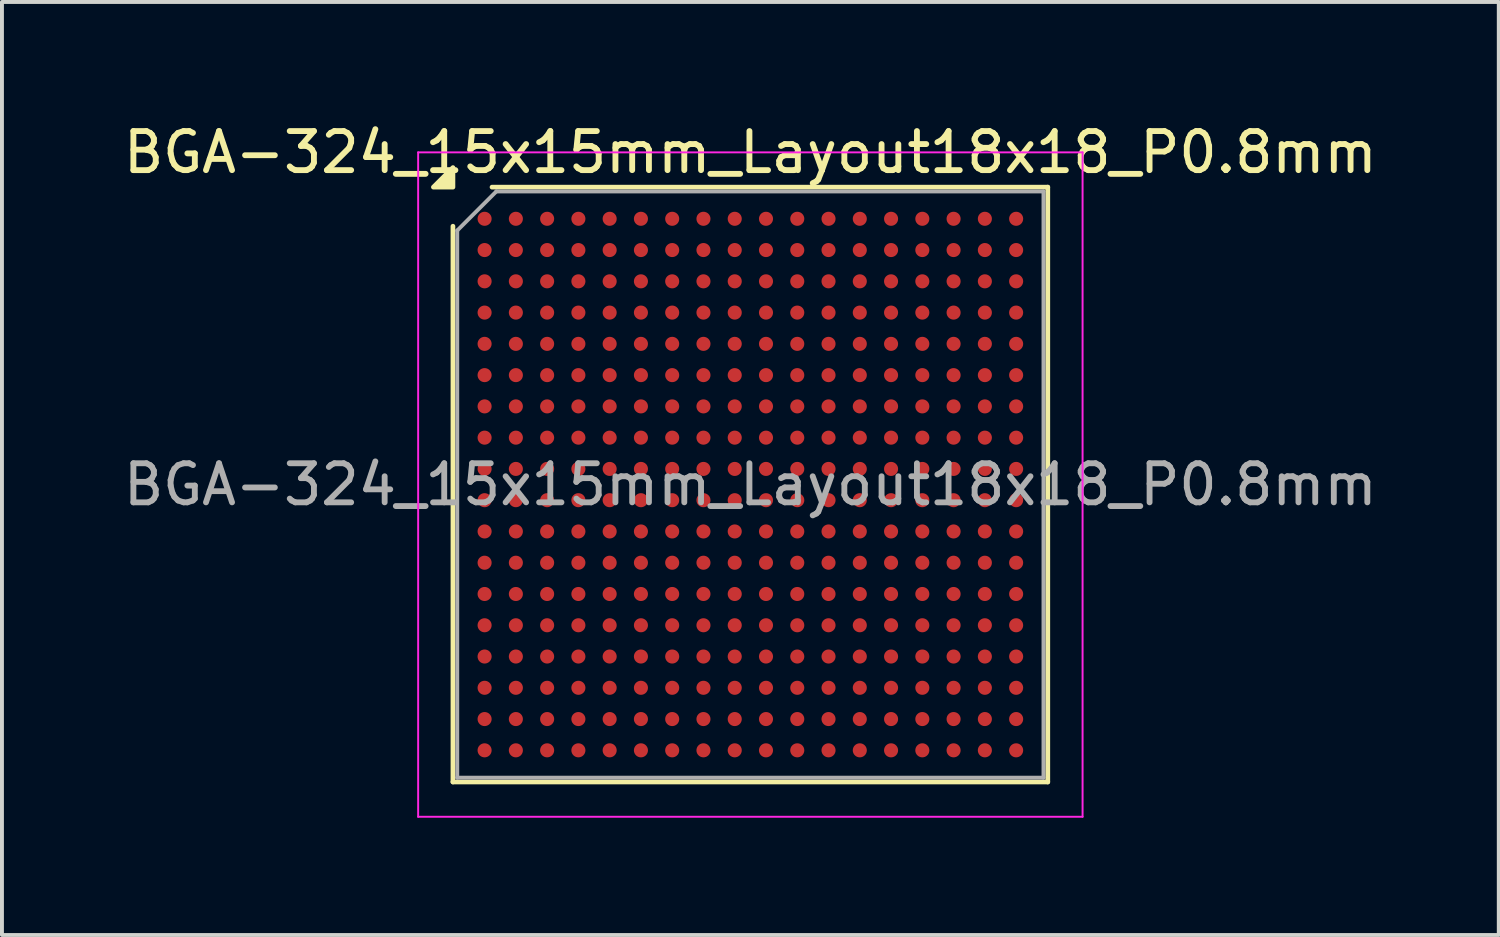
<source format=kicad_pcb>
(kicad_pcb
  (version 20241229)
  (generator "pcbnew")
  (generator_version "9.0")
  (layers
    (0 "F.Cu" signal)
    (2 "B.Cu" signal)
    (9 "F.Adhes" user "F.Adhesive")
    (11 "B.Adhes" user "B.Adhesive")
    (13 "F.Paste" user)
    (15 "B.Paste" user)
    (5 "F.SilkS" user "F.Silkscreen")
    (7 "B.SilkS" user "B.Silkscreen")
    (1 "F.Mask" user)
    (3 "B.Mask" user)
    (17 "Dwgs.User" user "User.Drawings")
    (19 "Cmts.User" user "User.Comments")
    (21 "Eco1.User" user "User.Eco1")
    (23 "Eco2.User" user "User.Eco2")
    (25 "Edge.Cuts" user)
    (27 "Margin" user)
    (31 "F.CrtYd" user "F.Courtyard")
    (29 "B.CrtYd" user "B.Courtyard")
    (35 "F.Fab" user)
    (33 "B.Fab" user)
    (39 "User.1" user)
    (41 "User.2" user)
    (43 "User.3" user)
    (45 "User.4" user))
  (footprint "BGA-324_15x15mm_Layout18x18_P0.8mm"
    (layer "F.Cu")
    (at 16.149 9.348)
    (property "Reference" "BGA-324_15x15mm_Layout18x18_P0.8mm" (at 0 -8.5 0) (layer "F.SilkS") (effects (font (size 1 1) (thickness 0.15))))
    (attr smd)
    (fp_line (start -7.61 7.61) (end -7.61 -6.61) (stroke (width 0.12) (type solid)) (layer "F.SilkS"))
    (fp_line (start -6.61 -7.61) (end 7.61 -7.61) (stroke (width 0.12) (type solid)) (layer "F.SilkS"))
    (fp_line (start 7.61 -7.61) (end 7.61 7.61) (stroke (width 0.12) (type solid)) (layer "F.SilkS"))
    (fp_line (start 7.61 7.61) (end -7.61 7.61) (stroke (width 0.12) (type solid)) (layer "F.SilkS"))
    (fp_poly (pts (xy -7.61 -7.61) (xy -8.11 -7.61) (xy -7.61 -8.11)) (stroke (width 0.12) (type solid)) (fill yes) (layer "F.SilkS"))
    (fp_line (start -8.5 -8.5) (end -8.5 8.5) (stroke (width 0.05) (type solid)) (layer "F.CrtYd"))
    (fp_line (start -8.5 8.5) (end 8.5 8.5) (stroke (width 0.05) (type solid)) (layer "F.CrtYd"))
    (fp_line (start 8.5 -8.5) (end -8.5 -8.5) (stroke (width 0.05) (type solid)) (layer "F.CrtYd"))
    (fp_line (start 8.5 8.5) (end 8.5 -8.5) (stroke (width 0.05) (type solid)) (layer "F.CrtYd"))
    (fp_line (start -7.5 -6.5) (end -6.5 -7.5) (stroke (width 0.1) (type solid)) (layer "F.Fab"))
    (fp_line (start -7.5 7.5) (end -7.5 -6.5) (stroke (width 0.1) (type solid)) (layer "F.Fab"))
    (fp_line (start -6.5 -7.5) (end 7.5 -7.5) (stroke (width 0.1) (type solid)) (layer "F.Fab"))
    (fp_line (start 7.5 -7.5) (end 7.5 7.5) (stroke (width 0.1) (type solid)) (layer "F.Fab"))
    (fp_line (start 7.5 7.5) (end -7.5 7.5) (stroke (width 0.1) (type solid)) (layer "F.Fab"))
    (fp_text user "${REFERENCE}" (at 0 0 0) (layer "F.Fab") (effects (font (size 1 1) (thickness 0.15))))
    (pad "A1" smd circle (at -6.8 -6.8) (size 0.36 0.36) (property pad_prop_bga) (layers "F.Cu" "F.Mask" "F.Paste"))
    (pad "A2" smd circle (at -6 -6.8) (size 0.36 0.36) (property pad_prop_bga) (layers "F.Cu" "F.Mask" "F.Paste"))
    (pad "A3" smd circle (at -5.2 -6.8) (size 0.36 0.36) (property pad_prop_bga) (layers "F.Cu" "F.Mask" "F.Paste"))
    (pad "A4" smd circle (at -4.4 -6.8) (size 0.36 0.36) (property pad_prop_bga) (layers "F.Cu" "F.Mask" "F.Paste"))
    (pad "A5" smd circle (at -3.6 -6.8) (size 0.36 0.36) (property pad_prop_bga) (layers "F.Cu" "F.Mask" "F.Paste"))
    (pad "A6" smd circle (at -2.8 -6.8) (size 0.36 0.36) (property pad_prop_bga) (layers "F.Cu" "F.Mask" "F.Paste"))
    (pad "A7" smd circle (at -2 -6.8) (size 0.36 0.36) (property pad_prop_bga) (layers "F.Cu" "F.Mask" "F.Paste"))
    (pad "A8" smd circle (at -1.2 -6.8) (size 0.36 0.36) (property pad_prop_bga) (layers "F.Cu" "F.Mask" "F.Paste"))
    (pad "A9" smd circle (at -0.4 -6.8) (size 0.36 0.36) (property pad_prop_bga) (layers "F.Cu" "F.Mask" "F.Paste"))
    (pad "A10" smd circle (at 0.4 -6.8) (size 0.36 0.36) (property pad_prop_bga) (layers "F.Cu" "F.Mask" "F.Paste"))
    (pad "A11" smd circle (at 1.2 -6.8) (size 0.36 0.36) (property pad_prop_bga) (layers "F.Cu" "F.Mask" "F.Paste"))
    (pad "A12" smd circle (at 2 -6.8) (size 0.36 0.36) (property pad_prop_bga) (layers "F.Cu" "F.Mask" "F.Paste"))
    (pad "A13" smd circle (at 2.8 -6.8) (size 0.36 0.36) (property pad_prop_bga) (layers "F.Cu" "F.Mask" "F.Paste"))
    (pad "A14" smd circle (at 3.6 -6.8) (size 0.36 0.36) (property pad_prop_bga) (layers "F.Cu" "F.Mask" "F.Paste"))
    (pad "A15" smd circle (at 4.4 -6.8) (size 0.36 0.36) (property pad_prop_bga) (layers "F.Cu" "F.Mask" "F.Paste"))
    (pad "A16" smd circle (at 5.2 -6.8) (size 0.36 0.36) (property pad_prop_bga) (layers "F.Cu" "F.Mask" "F.Paste"))
    (pad "A17" smd circle (at 6 -6.8) (size 0.36 0.36) (property pad_prop_bga) (layers "F.Cu" "F.Mask" "F.Paste"))
    (pad "A18" smd circle (at 6.8 -6.8) (size 0.36 0.36) (property pad_prop_bga) (layers "F.Cu" "F.Mask" "F.Paste"))
    (pad "B1" smd circle (at -6.8 -6) (size 0.36 0.36) (property pad_prop_bga) (layers "F.Cu" "F.Mask" "F.Paste"))
    (pad "B2" smd circle (at -6 -6) (size 0.36 0.36) (property pad_prop_bga) (layers "F.Cu" "F.Mask" "F.Paste"))
    (pad "B3" smd circle (at -5.2 -6) (size 0.36 0.36) (property pad_prop_bga) (layers "F.Cu" "F.Mask" "F.Paste"))
    (pad "B4" smd circle (at -4.4 -6) (size 0.36 0.36) (property pad_prop_bga) (layers "F.Cu" "F.Mask" "F.Paste"))
    (pad "B5" smd circle (at -3.6 -6) (size 0.36 0.36) (property pad_prop_bga) (layers "F.Cu" "F.Mask" "F.Paste"))
    (pad "B6" smd circle (at -2.8 -6) (size 0.36 0.36) (property pad_prop_bga) (layers "F.Cu" "F.Mask" "F.Paste"))
    (pad "B7" smd circle (at -2 -6) (size 0.36 0.36) (property pad_prop_bga) (layers "F.Cu" "F.Mask" "F.Paste"))
    (pad "B8" smd circle (at -1.2 -6) (size 0.36 0.36) (property pad_prop_bga) (layers "F.Cu" "F.Mask" "F.Paste"))
    (pad "B9" smd circle (at -0.4 -6) (size 0.36 0.36) (property pad_prop_bga) (layers "F.Cu" "F.Mask" "F.Paste"))
    (pad "B10" smd circle (at 0.4 -6) (size 0.36 0.36) (property pad_prop_bga) (layers "F.Cu" "F.Mask" "F.Paste"))
    (pad "B11" smd circle (at 1.2 -6) (size 0.36 0.36) (property pad_prop_bga) (layers "F.Cu" "F.Mask" "F.Paste"))
    (pad "B12" smd circle (at 2 -6) (size 0.36 0.36) (property pad_prop_bga) (layers "F.Cu" "F.Mask" "F.Paste"))
    (pad "B13" smd circle (at 2.8 -6) (size 0.36 0.36) (property pad_prop_bga) (layers "F.Cu" "F.Mask" "F.Paste"))
    (pad "B14" smd circle (at 3.6 -6) (size 0.36 0.36) (property pad_prop_bga) (layers "F.Cu" "F.Mask" "F.Paste"))
    (pad "B15" smd circle (at 4.4 -6) (size 0.36 0.36) (property pad_prop_bga) (layers "F.Cu" "F.Mask" "F.Paste"))
    (pad "B16" smd circle (at 5.2 -6) (size 0.36 0.36) (property pad_prop_bga) (layers "F.Cu" "F.Mask" "F.Paste"))
    (pad "B17" smd circle (at 6 -6) (size 0.36 0.36) (property pad_prop_bga) (layers "F.Cu" "F.Mask" "F.Paste"))
    (pad "B18" smd circle (at 6.8 -6) (size 0.36 0.36) (property pad_prop_bga) (layers "F.Cu" "F.Mask" "F.Paste"))
    (pad "C1" smd circle (at -6.8 -5.2) (size 0.36 0.36) (property pad_prop_bga) (layers "F.Cu" "F.Mask" "F.Paste"))
    (pad "C2" smd circle (at -6 -5.2) (size 0.36 0.36) (property pad_prop_bga) (layers "F.Cu" "F.Mask" "F.Paste"))
    (pad "C3" smd circle (at -5.2 -5.2) (size 0.36 0.36) (property pad_prop_bga) (layers "F.Cu" "F.Mask" "F.Paste"))
    (pad "C4" smd circle (at -4.4 -5.2) (size 0.36 0.36) (property pad_prop_bga) (layers "F.Cu" "F.Mask" "F.Paste"))
    (pad "C5" smd circle (at -3.6 -5.2) (size 0.36 0.36) (property pad_prop_bga) (layers "F.Cu" "F.Mask" "F.Paste"))
    (pad "C6" smd circle (at -2.8 -5.2) (size 0.36 0.36) (property pad_prop_bga) (layers "F.Cu" "F.Mask" "F.Paste"))
    (pad "C7" smd circle (at -2 -5.2) (size 0.36 0.36) (property pad_prop_bga) (layers "F.Cu" "F.Mask" "F.Paste"))
    (pad "C8" smd circle (at -1.2 -5.2) (size 0.36 0.36) (property pad_prop_bga) (layers "F.Cu" "F.Mask" "F.Paste"))
    (pad "C9" smd circle (at -0.4 -5.2) (size 0.36 0.36) (property pad_prop_bga) (layers "F.Cu" "F.Mask" "F.Paste"))
    (pad "C10" smd circle (at 0.4 -5.2) (size 0.36 0.36) (property pad_prop_bga) (layers "F.Cu" "F.Mask" "F.Paste"))
    (pad "C11" smd circle (at 1.2 -5.2) (size 0.36 0.36) (property pad_prop_bga) (layers "F.Cu" "F.Mask" "F.Paste"))
    (pad "C12" smd circle (at 2 -5.2) (size 0.36 0.36) (property pad_prop_bga) (layers "F.Cu" "F.Mask" "F.Paste"))
    (pad "C13" smd circle (at 2.8 -5.2) (size 0.36 0.36) (property pad_prop_bga) (layers "F.Cu" "F.Mask" "F.Paste"))
    (pad "C14" smd circle (at 3.6 -5.2) (size 0.36 0.36) (property pad_prop_bga) (layers "F.Cu" "F.Mask" "F.Paste"))
    (pad "C15" smd circle (at 4.4 -5.2) (size 0.36 0.36) (property pad_prop_bga) (layers "F.Cu" "F.Mask" "F.Paste"))
    (pad "C16" smd circle (at 5.2 -5.2) (size 0.36 0.36) (property pad_prop_bga) (layers "F.Cu" "F.Mask" "F.Paste"))
    (pad "C17" smd circle (at 6 -5.2) (size 0.36 0.36) (property pad_prop_bga) (layers "F.Cu" "F.Mask" "F.Paste"))
    (pad "C18" smd circle (at 6.8 -5.2) (size 0.36 0.36) (property pad_prop_bga) (layers "F.Cu" "F.Mask" "F.Paste"))
    (pad "D1" smd circle (at -6.8 -4.4) (size 0.36 0.36) (property pad_prop_bga) (layers "F.Cu" "F.Mask" "F.Paste"))
    (pad "D2" smd circle (at -6 -4.4) (size 0.36 0.36) (property pad_prop_bga) (layers "F.Cu" "F.Mask" "F.Paste"))
    (pad "D3" smd circle (at -5.2 -4.4) (size 0.36 0.36) (property pad_prop_bga) (layers "F.Cu" "F.Mask" "F.Paste"))
    (pad "D4" smd circle (at -4.4 -4.4) (size 0.36 0.36) (property pad_prop_bga) (layers "F.Cu" "F.Mask" "F.Paste"))
    (pad "D5" smd circle (at -3.6 -4.4) (size 0.36 0.36) (property pad_prop_bga) (layers "F.Cu" "F.Mask" "F.Paste"))
    (pad "D6" smd circle (at -2.8 -4.4) (size 0.36 0.36) (property pad_prop_bga) (layers "F.Cu" "F.Mask" "F.Paste"))
    (pad "D7" smd circle (at -2 -4.4) (size 0.36 0.36) (property pad_prop_bga) (layers "F.Cu" "F.Mask" "F.Paste"))
    (pad "D8" smd circle (at -1.2 -4.4) (size 0.36 0.36) (property pad_prop_bga) (layers "F.Cu" "F.Mask" "F.Paste"))
    (pad "D9" smd circle (at -0.4 -4.4) (size 0.36 0.36) (property pad_prop_bga) (layers "F.Cu" "F.Mask" "F.Paste"))
    (pad "D10" smd circle (at 0.4 -4.4) (size 0.36 0.36) (property pad_prop_bga) (layers "F.Cu" "F.Mask" "F.Paste"))
    (pad "D11" smd circle (at 1.2 -4.4) (size 0.36 0.36) (property pad_prop_bga) (layers "F.Cu" "F.Mask" "F.Paste"))
    (pad "D12" smd circle (at 2 -4.4) (size 0.36 0.36) (property pad_prop_bga) (layers "F.Cu" "F.Mask" "F.Paste"))
    (pad "D13" smd circle (at 2.8 -4.4) (size 0.36 0.36) (property pad_prop_bga) (layers "F.Cu" "F.Mask" "F.Paste"))
    (pad "D14" smd circle (at 3.6 -4.4) (size 0.36 0.36) (property pad_prop_bga) (layers "F.Cu" "F.Mask" "F.Paste"))
    (pad "D15" smd circle (at 4.4 -4.4) (size 0.36 0.36) (property pad_prop_bga) (layers "F.Cu" "F.Mask" "F.Paste"))
    (pad "D16" smd circle (at 5.2 -4.4) (size 0.36 0.36) (property pad_prop_bga) (layers "F.Cu" "F.Mask" "F.Paste"))
    (pad "D17" smd circle (at 6 -4.4) (size 0.36 0.36) (property pad_prop_bga) (layers "F.Cu" "F.Mask" "F.Paste"))
    (pad "D18" smd circle (at 6.8 -4.4) (size 0.36 0.36) (property pad_prop_bga) (layers "F.Cu" "F.Mask" "F.Paste"))
    (pad "E1" smd circle (at -6.8 -3.6) (size 0.36 0.36) (property pad_prop_bga) (layers "F.Cu" "F.Mask" "F.Paste"))
    (pad "E2" smd circle (at -6 -3.6) (size 0.36 0.36) (property pad_prop_bga) (layers "F.Cu" "F.Mask" "F.Paste"))
    (pad "E3" smd circle (at -5.2 -3.6) (size 0.36 0.36) (property pad_prop_bga) (layers "F.Cu" "F.Mask" "F.Paste"))
    (pad "E4" smd circle (at -4.4 -3.6) (size 0.36 0.36) (property pad_prop_bga) (layers "F.Cu" "F.Mask" "F.Paste"))
    (pad "E5" smd circle (at -3.6 -3.6) (size 0.36 0.36) (property pad_prop_bga) (layers "F.Cu" "F.Mask" "F.Paste"))
    (pad "E6" smd circle (at -2.8 -3.6) (size 0.36 0.36) (property pad_prop_bga) (layers "F.Cu" "F.Mask" "F.Paste"))
    (pad "E7" smd circle (at -2 -3.6) (size 0.36 0.36) (property pad_prop_bga) (layers "F.Cu" "F.Mask" "F.Paste"))
    (pad "E8" smd circle (at -1.2 -3.6) (size 0.36 0.36) (property pad_prop_bga) (layers "F.Cu" "F.Mask" "F.Paste"))
    (pad "E9" smd circle (at -0.4 -3.6) (size 0.36 0.36) (property pad_prop_bga) (layers "F.Cu" "F.Mask" "F.Paste"))
    (pad "E10" smd circle (at 0.4 -3.6) (size 0.36 0.36) (property pad_prop_bga) (layers "F.Cu" "F.Mask" "F.Paste"))
    (pad "E11" smd circle (at 1.2 -3.6) (size 0.36 0.36) (property pad_prop_bga) (layers "F.Cu" "F.Mask" "F.Paste"))
    (pad "E12" smd circle (at 2 -3.6) (size 0.36 0.36) (property pad_prop_bga) (layers "F.Cu" "F.Mask" "F.Paste"))
    (pad "E13" smd circle (at 2.8 -3.6) (size 0.36 0.36) (property pad_prop_bga) (layers "F.Cu" "F.Mask" "F.Paste"))
    (pad "E14" smd circle (at 3.6 -3.6) (size 0.36 0.36) (property pad_prop_bga) (layers "F.Cu" "F.Mask" "F.Paste"))
    (pad "E15" smd circle (at 4.4 -3.6) (size 0.36 0.36) (property pad_prop_bga) (layers "F.Cu" "F.Mask" "F.Paste"))
    (pad "E16" smd circle (at 5.2 -3.6) (size 0.36 0.36) (property pad_prop_bga) (layers "F.Cu" "F.Mask" "F.Paste"))
    (pad "E17" smd circle (at 6 -3.6) (size 0.36 0.36) (property pad_prop_bga) (layers "F.Cu" "F.Mask" "F.Paste"))
    (pad "E18" smd circle (at 6.8 -3.6) (size 0.36 0.36) (property pad_prop_bga) (layers "F.Cu" "F.Mask" "F.Paste"))
    (pad "F1" smd circle (at -6.8 -2.8) (size 0.36 0.36) (property pad_prop_bga) (layers "F.Cu" "F.Mask" "F.Paste"))
    (pad "F2" smd circle (at -6 -2.8) (size 0.36 0.36) (property pad_prop_bga) (layers "F.Cu" "F.Mask" "F.Paste"))
    (pad "F3" smd circle (at -5.2 -2.8) (size 0.36 0.36) (property pad_prop_bga) (layers "F.Cu" "F.Mask" "F.Paste"))
    (pad "F4" smd circle (at -4.4 -2.8) (size 0.36 0.36) (property pad_prop_bga) (layers "F.Cu" "F.Mask" "F.Paste"))
    (pad "F5" smd circle (at -3.6 -2.8) (size 0.36 0.36) (property pad_prop_bga) (layers "F.Cu" "F.Mask" "F.Paste"))
    (pad "F6" smd circle (at -2.8 -2.8) (size 0.36 0.36) (property pad_prop_bga) (layers "F.Cu" "F.Mask" "F.Paste"))
    (pad "F7" smd circle (at -2 -2.8) (size 0.36 0.36) (property pad_prop_bga) (layers "F.Cu" "F.Mask" "F.Paste"))
    (pad "F8" smd circle (at -1.2 -2.8) (size 0.36 0.36) (property pad_prop_bga) (layers "F.Cu" "F.Mask" "F.Paste"))
    (pad "F9" smd circle (at -0.4 -2.8) (size 0.36 0.36) (property pad_prop_bga) (layers "F.Cu" "F.Mask" "F.Paste"))
    (pad "F10" smd circle (at 0.4 -2.8) (size 0.36 0.36) (property pad_prop_bga) (layers "F.Cu" "F.Mask" "F.Paste"))
    (pad "F11" smd circle (at 1.2 -2.8) (size 0.36 0.36) (property pad_prop_bga) (layers "F.Cu" "F.Mask" "F.Paste"))
    (pad "F12" smd circle (at 2 -2.8) (size 0.36 0.36) (property pad_prop_bga) (layers "F.Cu" "F.Mask" "F.Paste"))
    (pad "F13" smd circle (at 2.8 -2.8) (size 0.36 0.36) (property pad_prop_bga) (layers "F.Cu" "F.Mask" "F.Paste"))
    (pad "F14" smd circle (at 3.6 -2.8) (size 0.36 0.36) (property pad_prop_bga) (layers "F.Cu" "F.Mask" "F.Paste"))
    (pad "F15" smd circle (at 4.4 -2.8) (size 0.36 0.36) (property pad_prop_bga) (layers "F.Cu" "F.Mask" "F.Paste"))
    (pad "F16" smd circle (at 5.2 -2.8) (size 0.36 0.36) (property pad_prop_bga) (layers "F.Cu" "F.Mask" "F.Paste"))
    (pad "F17" smd circle (at 6 -2.8) (size 0.36 0.36) (property pad_prop_bga) (layers "F.Cu" "F.Mask" "F.Paste"))
    (pad "F18" smd circle (at 6.8 -2.8) (size 0.36 0.36) (property pad_prop_bga) (layers "F.Cu" "F.Mask" "F.Paste"))
    (pad "G1" smd circle (at -6.8 -2) (size 0.36 0.36) (property pad_prop_bga) (layers "F.Cu" "F.Mask" "F.Paste"))
    (pad "G2" smd circle (at -6 -2) (size 0.36 0.36) (property pad_prop_bga) (layers "F.Cu" "F.Mask" "F.Paste"))
    (pad "G3" smd circle (at -5.2 -2) (size 0.36 0.36) (property pad_prop_bga) (layers "F.Cu" "F.Mask" "F.Paste"))
    (pad "G4" smd circle (at -4.4 -2) (size 0.36 0.36) (property pad_prop_bga) (layers "F.Cu" "F.Mask" "F.Paste"))
    (pad "G5" smd circle (at -3.6 -2) (size 0.36 0.36) (property pad_prop_bga) (layers "F.Cu" "F.Mask" "F.Paste"))
    (pad "G6" smd circle (at -2.8 -2) (size 0.36 0.36) (property pad_prop_bga) (layers "F.Cu" "F.Mask" "F.Paste"))
    (pad "G7" smd circle (at -2 -2) (size 0.36 0.36) (property pad_prop_bga) (layers "F.Cu" "F.Mask" "F.Paste"))
    (pad "G8" smd circle (at -1.2 -2) (size 0.36 0.36) (property pad_prop_bga) (layers "F.Cu" "F.Mask" "F.Paste"))
    (pad "G9" smd circle (at -0.4 -2) (size 0.36 0.36) (property pad_prop_bga) (layers "F.Cu" "F.Mask" "F.Paste"))
    (pad "G10" smd circle (at 0.4 -2) (size 0.36 0.36) (property pad_prop_bga) (layers "F.Cu" "F.Mask" "F.Paste"))
    (pad "G11" smd circle (at 1.2 -2) (size 0.36 0.36) (property pad_prop_bga) (layers "F.Cu" "F.Mask" "F.Paste"))
    (pad "G12" smd circle (at 2 -2) (size 0.36 0.36) (property pad_prop_bga) (layers "F.Cu" "F.Mask" "F.Paste"))
    (pad "G13" smd circle (at 2.8 -2) (size 0.36 0.36) (property pad_prop_bga) (layers "F.Cu" "F.Mask" "F.Paste"))
    (pad "G14" smd circle (at 3.6 -2) (size 0.36 0.36) (property pad_prop_bga) (layers "F.Cu" "F.Mask" "F.Paste"))
    (pad "G15" smd circle (at 4.4 -2) (size 0.36 0.36) (property pad_prop_bga) (layers "F.Cu" "F.Mask" "F.Paste"))
    (pad "G16" smd circle (at 5.2 -2) (size 0.36 0.36) (property pad_prop_bga) (layers "F.Cu" "F.Mask" "F.Paste"))
    (pad "G17" smd circle (at 6 -2) (size 0.36 0.36) (property pad_prop_bga) (layers "F.Cu" "F.Mask" "F.Paste"))
    (pad "G18" smd circle (at 6.8 -2) (size 0.36 0.36) (property pad_prop_bga) (layers "F.Cu" "F.Mask" "F.Paste"))
    (pad "H1" smd circle (at -6.8 -1.2) (size 0.36 0.36) (property pad_prop_bga) (layers "F.Cu" "F.Mask" "F.Paste"))
    (pad "H2" smd circle (at -6 -1.2) (size 0.36 0.36) (property pad_prop_bga) (layers "F.Cu" "F.Mask" "F.Paste"))
    (pad "H3" smd circle (at -5.2 -1.2) (size 0.36 0.36) (property pad_prop_bga) (layers "F.Cu" "F.Mask" "F.Paste"))
    (pad "H4" smd circle (at -4.4 -1.2) (size 0.36 0.36) (property pad_prop_bga) (layers "F.Cu" "F.Mask" "F.Paste"))
    (pad "H5" smd circle (at -3.6 -1.2) (size 0.36 0.36) (property pad_prop_bga) (layers "F.Cu" "F.Mask" "F.Paste"))
    (pad "H6" smd circle (at -2.8 -1.2) (size 0.36 0.36) (property pad_prop_bga) (layers "F.Cu" "F.Mask" "F.Paste"))
    (pad "H7" smd circle (at -2 -1.2) (size 0.36 0.36) (property pad_prop_bga) (layers "F.Cu" "F.Mask" "F.Paste"))
    (pad "H8" smd circle (at -1.2 -1.2) (size 0.36 0.36) (property pad_prop_bga) (layers "F.Cu" "F.Mask" "F.Paste"))
    (pad "H9" smd circle (at -0.4 -1.2) (size 0.36 0.36) (property pad_prop_bga) (layers "F.Cu" "F.Mask" "F.Paste"))
    (pad "H10" smd circle (at 0.4 -1.2) (size 0.36 0.36) (property pad_prop_bga) (layers "F.Cu" "F.Mask" "F.Paste"))
    (pad "H11" smd circle (at 1.2 -1.2) (size 0.36 0.36) (property pad_prop_bga) (layers "F.Cu" "F.Mask" "F.Paste"))
    (pad "H12" smd circle (at 2 -1.2) (size 0.36 0.36) (property pad_prop_bga) (layers "F.Cu" "F.Mask" "F.Paste"))
    (pad "H13" smd circle (at 2.8 -1.2) (size 0.36 0.36) (property pad_prop_bga) (layers "F.Cu" "F.Mask" "F.Paste"))
    (pad "H14" smd circle (at 3.6 -1.2) (size 0.36 0.36) (property pad_prop_bga) (layers "F.Cu" "F.Mask" "F.Paste"))
    (pad "H15" smd circle (at 4.4 -1.2) (size 0.36 0.36) (property pad_prop_bga) (layers "F.Cu" "F.Mask" "F.Paste"))
    (pad "H16" smd circle (at 5.2 -1.2) (size 0.36 0.36) (property pad_prop_bga) (layers "F.Cu" "F.Mask" "F.Paste"))
    (pad "H17" smd circle (at 6 -1.2) (size 0.36 0.36) (property pad_prop_bga) (layers "F.Cu" "F.Mask" "F.Paste"))
    (pad "H18" smd circle (at 6.8 -1.2) (size 0.36 0.36) (property pad_prop_bga) (layers "F.Cu" "F.Mask" "F.Paste"))
    (pad "J1" smd circle (at -6.8 -0.4) (size 0.36 0.36) (property pad_prop_bga) (layers "F.Cu" "F.Mask" "F.Paste"))
    (pad "J2" smd circle (at -6 -0.4) (size 0.36 0.36) (property pad_prop_bga) (layers "F.Cu" "F.Mask" "F.Paste"))
    (pad "J3" smd circle (at -5.2 -0.4) (size 0.36 0.36) (property pad_prop_bga) (layers "F.Cu" "F.Mask" "F.Paste"))
    (pad "J4" smd circle (at -4.4 -0.4) (size 0.36 0.36) (property pad_prop_bga) (layers "F.Cu" "F.Mask" "F.Paste"))
    (pad "J5" smd circle (at -3.6 -0.4) (size 0.36 0.36) (property pad_prop_bga) (layers "F.Cu" "F.Mask" "F.Paste"))
    (pad "J6" smd circle (at -2.8 -0.4) (size 0.36 0.36) (property pad_prop_bga) (layers "F.Cu" "F.Mask" "F.Paste"))
    (pad "J7" smd circle (at -2 -0.4) (size 0.36 0.36) (property pad_prop_bga) (layers "F.Cu" "F.Mask" "F.Paste"))
    (pad "J8" smd circle (at -1.2 -0.4) (size 0.36 0.36) (property pad_prop_bga) (layers "F.Cu" "F.Mask" "F.Paste"))
    (pad "J9" smd circle (at -0.4 -0.4) (size 0.36 0.36) (property pad_prop_bga) (layers "F.Cu" "F.Mask" "F.Paste"))
    (pad "J10" smd circle (at 0.4 -0.4) (size 0.36 0.36) (property pad_prop_bga) (layers "F.Cu" "F.Mask" "F.Paste"))
    (pad "J11" smd circle (at 1.2 -0.4) (size 0.36 0.36) (property pad_prop_bga) (layers "F.Cu" "F.Mask" "F.Paste"))
    (pad "J12" smd circle (at 2 -0.4) (size 0.36 0.36) (property pad_prop_bga) (layers "F.Cu" "F.Mask" "F.Paste"))
    (pad "J13" smd circle (at 2.8 -0.4) (size 0.36 0.36) (property pad_prop_bga) (layers "F.Cu" "F.Mask" "F.Paste"))
    (pad "J14" smd circle (at 3.6 -0.4) (size 0.36 0.36) (property pad_prop_bga) (layers "F.Cu" "F.Mask" "F.Paste"))
    (pad "J15" smd circle (at 4.4 -0.4) (size 0.36 0.36) (property pad_prop_bga) (layers "F.Cu" "F.Mask" "F.Paste"))
    (pad "J16" smd circle (at 5.2 -0.4) (size 0.36 0.36) (property pad_prop_bga) (layers "F.Cu" "F.Mask" "F.Paste"))
    (pad "J17" smd circle (at 6 -0.4) (size 0.36 0.36) (property pad_prop_bga) (layers "F.Cu" "F.Mask" "F.Paste"))
    (pad "J18" smd circle (at 6.8 -0.4) (size 0.36 0.36) (property pad_prop_bga) (layers "F.Cu" "F.Mask" "F.Paste"))
    (pad "K1" smd circle (at -6.8 0.4) (size 0.36 0.36) (property pad_prop_bga) (layers "F.Cu" "F.Mask" "F.Paste"))
    (pad "K2" smd circle (at -6 0.4) (size 0.36 0.36) (property pad_prop_bga) (layers "F.Cu" "F.Mask" "F.Paste"))
    (pad "K3" smd circle (at -5.2 0.4) (size 0.36 0.36) (property pad_prop_bga) (layers "F.Cu" "F.Mask" "F.Paste"))
    (pad "K4" smd circle (at -4.4 0.4) (size 0.36 0.36) (property pad_prop_bga) (layers "F.Cu" "F.Mask" "F.Paste"))
    (pad "K5" smd circle (at -3.6 0.4) (size 0.36 0.36) (property pad_prop_bga) (layers "F.Cu" "F.Mask" "F.Paste"))
    (pad "K6" smd circle (at -2.8 0.4) (size 0.36 0.36) (property pad_prop_bga) (layers "F.Cu" "F.Mask" "F.Paste"))
    (pad "K7" smd circle (at -2 0.4) (size 0.36 0.36) (property pad_prop_bga) (layers "F.Cu" "F.Mask" "F.Paste"))
    (pad "K8" smd circle (at -1.2 0.4) (size 0.36 0.36) (property pad_prop_bga) (layers "F.Cu" "F.Mask" "F.Paste"))
    (pad "K9" smd circle (at -0.4 0.4) (size 0.36 0.36) (property pad_prop_bga) (layers "F.Cu" "F.Mask" "F.Paste"))
    (pad "K10" smd circle (at 0.4 0.4) (size 0.36 0.36) (property pad_prop_bga) (layers "F.Cu" "F.Mask" "F.Paste"))
    (pad "K11" smd circle (at 1.2 0.4) (size 0.36 0.36) (property pad_prop_bga) (layers "F.Cu" "F.Mask" "F.Paste"))
    (pad "K12" smd circle (at 2 0.4) (size 0.36 0.36) (property pad_prop_bga) (layers "F.Cu" "F.Mask" "F.Paste"))
    (pad "K13" smd circle (at 2.8 0.4) (size 0.36 0.36) (property pad_prop_bga) (layers "F.Cu" "F.Mask" "F.Paste"))
    (pad "K14" smd circle (at 3.6 0.4) (size 0.36 0.36) (property pad_prop_bga) (layers "F.Cu" "F.Mask" "F.Paste"))
    (pad "K15" smd circle (at 4.4 0.4) (size 0.36 0.36) (property pad_prop_bga) (layers "F.Cu" "F.Mask" "F.Paste"))
    (pad "K16" smd circle (at 5.2 0.4) (size 0.36 0.36) (property pad_prop_bga) (layers "F.Cu" "F.Mask" "F.Paste"))
    (pad "K17" smd circle (at 6 0.4) (size 0.36 0.36) (property pad_prop_bga) (layers "F.Cu" "F.Mask" "F.Paste"))
    (pad "K18" smd circle (at 6.8 0.4) (size 0.36 0.36) (property pad_prop_bga) (layers "F.Cu" "F.Mask" "F.Paste"))
    (pad "L1" smd circle (at -6.8 1.2) (size 0.36 0.36) (property pad_prop_bga) (layers "F.Cu" "F.Mask" "F.Paste"))
    (pad "L2" smd circle (at -6 1.2) (size 0.36 0.36) (property pad_prop_bga) (layers "F.Cu" "F.Mask" "F.Paste"))
    (pad "L3" smd circle (at -5.2 1.2) (size 0.36 0.36) (property pad_prop_bga) (layers "F.Cu" "F.Mask" "F.Paste"))
    (pad "L4" smd circle (at -4.4 1.2) (size 0.36 0.36) (property pad_prop_bga) (layers "F.Cu" "F.Mask" "F.Paste"))
    (pad "L5" smd circle (at -3.6 1.2) (size 0.36 0.36) (property pad_prop_bga) (layers "F.Cu" "F.Mask" "F.Paste"))
    (pad "L6" smd circle (at -2.8 1.2) (size 0.36 0.36) (property pad_prop_bga) (layers "F.Cu" "F.Mask" "F.Paste"))
    (pad "L7" smd circle (at -2 1.2) (size 0.36 0.36) (property pad_prop_bga) (layers "F.Cu" "F.Mask" "F.Paste"))
    (pad "L8" smd circle (at -1.2 1.2) (size 0.36 0.36) (property pad_prop_bga) (layers "F.Cu" "F.Mask" "F.Paste"))
    (pad "L9" smd circle (at -0.4 1.2) (size 0.36 0.36) (property pad_prop_bga) (layers "F.Cu" "F.Mask" "F.Paste"))
    (pad "L10" smd circle (at 0.4 1.2) (size 0.36 0.36) (property pad_prop_bga) (layers "F.Cu" "F.Mask" "F.Paste"))
    (pad "L11" smd circle (at 1.2 1.2) (size 0.36 0.36) (property pad_prop_bga) (layers "F.Cu" "F.Mask" "F.Paste"))
    (pad "L12" smd circle (at 2 1.2) (size 0.36 0.36) (property pad_prop_bga) (layers "F.Cu" "F.Mask" "F.Paste"))
    (pad "L13" smd circle (at 2.8 1.2) (size 0.36 0.36) (property pad_prop_bga) (layers "F.Cu" "F.Mask" "F.Paste"))
    (pad "L14" smd circle (at 3.6 1.2) (size 0.36 0.36) (property pad_prop_bga) (layers "F.Cu" "F.Mask" "F.Paste"))
    (pad "L15" smd circle (at 4.4 1.2) (size 0.36 0.36) (property pad_prop_bga) (layers "F.Cu" "F.Mask" "F.Paste"))
    (pad "L16" smd circle (at 5.2 1.2) (size 0.36 0.36) (property pad_prop_bga) (layers "F.Cu" "F.Mask" "F.Paste"))
    (pad "L17" smd circle (at 6 1.2) (size 0.36 0.36) (property pad_prop_bga) (layers "F.Cu" "F.Mask" "F.Paste"))
    (pad "L18" smd circle (at 6.8 1.2) (size 0.36 0.36) (property pad_prop_bga) (layers "F.Cu" "F.Mask" "F.Paste"))
    (pad "M1" smd circle (at -6.8 2) (size 0.36 0.36) (property pad_prop_bga) (layers "F.Cu" "F.Mask" "F.Paste"))
    (pad "M2" smd circle (at -6 2) (size 0.36 0.36) (property pad_prop_bga) (layers "F.Cu" "F.Mask" "F.Paste"))
    (pad "M3" smd circle (at -5.2 2) (size 0.36 0.36) (property pad_prop_bga) (layers "F.Cu" "F.Mask" "F.Paste"))
    (pad "M4" smd circle (at -4.4 2) (size 0.36 0.36) (property pad_prop_bga) (layers "F.Cu" "F.Mask" "F.Paste"))
    (pad "M5" smd circle (at -3.6 2) (size 0.36 0.36) (property pad_prop_bga) (layers "F.Cu" "F.Mask" "F.Paste"))
    (pad "M6" smd circle (at -2.8 2) (size 0.36 0.36) (property pad_prop_bga) (layers "F.Cu" "F.Mask" "F.Paste"))
    (pad "M7" smd circle (at -2 2) (size 0.36 0.36) (property pad_prop_bga) (layers "F.Cu" "F.Mask" "F.Paste"))
    (pad "M8" smd circle (at -1.2 2) (size 0.36 0.36) (property pad_prop_bga) (layers "F.Cu" "F.Mask" "F.Paste"))
    (pad "M9" smd circle (at -0.4 2) (size 0.36 0.36) (property pad_prop_bga) (layers "F.Cu" "F.Mask" "F.Paste"))
    (pad "M10" smd circle (at 0.4 2) (size 0.36 0.36) (property pad_prop_bga) (layers "F.Cu" "F.Mask" "F.Paste"))
    (pad "M11" smd circle (at 1.2 2) (size 0.36 0.36) (property pad_prop_bga) (layers "F.Cu" "F.Mask" "F.Paste"))
    (pad "M12" smd circle (at 2 2) (size 0.36 0.36) (property pad_prop_bga) (layers "F.Cu" "F.Mask" "F.Paste"))
    (pad "M13" smd circle (at 2.8 2) (size 0.36 0.36) (property pad_prop_bga) (layers "F.Cu" "F.Mask" "F.Paste"))
    (pad "M14" smd circle (at 3.6 2) (size 0.36 0.36) (property pad_prop_bga) (layers "F.Cu" "F.Mask" "F.Paste"))
    (pad "M15" smd circle (at 4.4 2) (size 0.36 0.36) (property pad_prop_bga) (layers "F.Cu" "F.Mask" "F.Paste"))
    (pad "M16" smd circle (at 5.2 2) (size 0.36 0.36) (property pad_prop_bga) (layers "F.Cu" "F.Mask" "F.Paste"))
    (pad "M17" smd circle (at 6 2) (size 0.36 0.36) (property pad_prop_bga) (layers "F.Cu" "F.Mask" "F.Paste"))
    (pad "M18" smd circle (at 6.8 2) (size 0.36 0.36) (property pad_prop_bga) (layers "F.Cu" "F.Mask" "F.Paste"))
    (pad "N1" smd circle (at -6.8 2.8) (size 0.36 0.36) (property pad_prop_bga) (layers "F.Cu" "F.Mask" "F.Paste"))
    (pad "N2" smd circle (at -6 2.8) (size 0.36 0.36) (property pad_prop_bga) (layers "F.Cu" "F.Mask" "F.Paste"))
    (pad "N3" smd circle (at -5.2 2.8) (size 0.36 0.36) (property pad_prop_bga) (layers "F.Cu" "F.Mask" "F.Paste"))
    (pad "N4" smd circle (at -4.4 2.8) (size 0.36 0.36) (property pad_prop_bga) (layers "F.Cu" "F.Mask" "F.Paste"))
    (pad "N5" smd circle (at -3.6 2.8) (size 0.36 0.36) (property pad_prop_bga) (layers "F.Cu" "F.Mask" "F.Paste"))
    (pad "N6" smd circle (at -2.8 2.8) (size 0.36 0.36) (property pad_prop_bga) (layers "F.Cu" "F.Mask" "F.Paste"))
    (pad "N7" smd circle (at -2 2.8) (size 0.36 0.36) (property pad_prop_bga) (layers "F.Cu" "F.Mask" "F.Paste"))
    (pad "N8" smd circle (at -1.2 2.8) (size 0.36 0.36) (property pad_prop_bga) (layers "F.Cu" "F.Mask" "F.Paste"))
    (pad "N9" smd circle (at -0.4 2.8) (size 0.36 0.36) (property pad_prop_bga) (layers "F.Cu" "F.Mask" "F.Paste"))
    (pad "N10" smd circle (at 0.4 2.8) (size 0.36 0.36) (property pad_prop_bga) (layers "F.Cu" "F.Mask" "F.Paste"))
    (pad "N11" smd circle (at 1.2 2.8) (size 0.36 0.36) (property pad_prop_bga) (layers "F.Cu" "F.Mask" "F.Paste"))
    (pad "N12" smd circle (at 2 2.8) (size 0.36 0.36) (property pad_prop_bga) (layers "F.Cu" "F.Mask" "F.Paste"))
    (pad "N13" smd circle (at 2.8 2.8) (size 0.36 0.36) (property pad_prop_bga) (layers "F.Cu" "F.Mask" "F.Paste"))
    (pad "N14" smd circle (at 3.6 2.8) (size 0.36 0.36) (property pad_prop_bga) (layers "F.Cu" "F.Mask" "F.Paste"))
    (pad "N15" smd circle (at 4.4 2.8) (size 0.36 0.36) (property pad_prop_bga) (layers "F.Cu" "F.Mask" "F.Paste"))
    (pad "N16" smd circle (at 5.2 2.8) (size 0.36 0.36) (property pad_prop_bga) (layers "F.Cu" "F.Mask" "F.Paste"))
    (pad "N17" smd circle (at 6 2.8) (size 0.36 0.36) (property pad_prop_bga) (layers "F.Cu" "F.Mask" "F.Paste"))
    (pad "N18" smd circle (at 6.8 2.8) (size 0.36 0.36) (property pad_prop_bga) (layers "F.Cu" "F.Mask" "F.Paste"))
    (pad "P1" smd circle (at -6.8 3.6) (size 0.36 0.36) (property pad_prop_bga) (layers "F.Cu" "F.Mask" "F.Paste"))
    (pad "P2" smd circle (at -6 3.6) (size 0.36 0.36) (property pad_prop_bga) (layers "F.Cu" "F.Mask" "F.Paste"))
    (pad "P3" smd circle (at -5.2 3.6) (size 0.36 0.36) (property pad_prop_bga) (layers "F.Cu" "F.Mask" "F.Paste"))
    (pad "P4" smd circle (at -4.4 3.6) (size 0.36 0.36) (property pad_prop_bga) (layers "F.Cu" "F.Mask" "F.Paste"))
    (pad "P5" smd circle (at -3.6 3.6) (size 0.36 0.36) (property pad_prop_bga) (layers "F.Cu" "F.Mask" "F.Paste"))
    (pad "P6" smd circle (at -2.8 3.6) (size 0.36 0.36) (property pad_prop_bga) (layers "F.Cu" "F.Mask" "F.Paste"))
    (pad "P7" smd circle (at -2 3.6) (size 0.36 0.36) (property pad_prop_bga) (layers "F.Cu" "F.Mask" "F.Paste"))
    (pad "P8" smd circle (at -1.2 3.6) (size 0.36 0.36) (property pad_prop_bga) (layers "F.Cu" "F.Mask" "F.Paste"))
    (pad "P9" smd circle (at -0.4 3.6) (size 0.36 0.36) (property pad_prop_bga) (layers "F.Cu" "F.Mask" "F.Paste"))
    (pad "P10" smd circle (at 0.4 3.6) (size 0.36 0.36) (property pad_prop_bga) (layers "F.Cu" "F.Mask" "F.Paste"))
    (pad "P11" smd circle (at 1.2 3.6) (size 0.36 0.36) (property pad_prop_bga) (layers "F.Cu" "F.Mask" "F.Paste"))
    (pad "P12" smd circle (at 2 3.6) (size 0.36 0.36) (property pad_prop_bga) (layers "F.Cu" "F.Mask" "F.Paste"))
    (pad "P13" smd circle (at 2.8 3.6) (size 0.36 0.36) (property pad_prop_bga) (layers "F.Cu" "F.Mask" "F.Paste"))
    (pad "P14" smd circle (at 3.6 3.6) (size 0.36 0.36) (property pad_prop_bga) (layers "F.Cu" "F.Mask" "F.Paste"))
    (pad "P15" smd circle (at 4.4 3.6) (size 0.36 0.36) (property pad_prop_bga) (layers "F.Cu" "F.Mask" "F.Paste"))
    (pad "P16" smd circle (at 5.2 3.6) (size 0.36 0.36) (property pad_prop_bga) (layers "F.Cu" "F.Mask" "F.Paste"))
    (pad "P17" smd circle (at 6 3.6) (size 0.36 0.36) (property pad_prop_bga) (layers "F.Cu" "F.Mask" "F.Paste"))
    (pad "P18" smd circle (at 6.8 3.6) (size 0.36 0.36) (property pad_prop_bga) (layers "F.Cu" "F.Mask" "F.Paste"))
    (pad "R1" smd circle (at -6.8 4.4) (size 0.36 0.36) (property pad_prop_bga) (layers "F.Cu" "F.Mask" "F.Paste"))
    (pad "R2" smd circle (at -6 4.4) (size 0.36 0.36) (property pad_prop_bga) (layers "F.Cu" "F.Mask" "F.Paste"))
    (pad "R3" smd circle (at -5.2 4.4) (size 0.36 0.36) (property pad_prop_bga) (layers "F.Cu" "F.Mask" "F.Paste"))
    (pad "R4" smd circle (at -4.4 4.4) (size 0.36 0.36) (property pad_prop_bga) (layers "F.Cu" "F.Mask" "F.Paste"))
    (pad "R5" smd circle (at -3.6 4.4) (size 0.36 0.36) (property pad_prop_bga) (layers "F.Cu" "F.Mask" "F.Paste"))
    (pad "R6" smd circle (at -2.8 4.4) (size 0.36 0.36) (property pad_prop_bga) (layers "F.Cu" "F.Mask" "F.Paste"))
    (pad "R7" smd circle (at -2 4.4) (size 0.36 0.36) (property pad_prop_bga) (layers "F.Cu" "F.Mask" "F.Paste"))
    (pad "R8" smd circle (at -1.2 4.4) (size 0.36 0.36) (property pad_prop_bga) (layers "F.Cu" "F.Mask" "F.Paste"))
    (pad "R9" smd circle (at -0.4 4.4) (size 0.36 0.36) (property pad_prop_bga) (layers "F.Cu" "F.Mask" "F.Paste"))
    (pad "R10" smd circle (at 0.4 4.4) (size 0.36 0.36) (property pad_prop_bga) (layers "F.Cu" "F.Mask" "F.Paste"))
    (pad "R11" smd circle (at 1.2 4.4) (size 0.36 0.36) (property pad_prop_bga) (layers "F.Cu" "F.Mask" "F.Paste"))
    (pad "R12" smd circle (at 2 4.4) (size 0.36 0.36) (property pad_prop_bga) (layers "F.Cu" "F.Mask" "F.Paste"))
    (pad "R13" smd circle (at 2.8 4.4) (size 0.36 0.36) (property pad_prop_bga) (layers "F.Cu" "F.Mask" "F.Paste"))
    (pad "R14" smd circle (at 3.6 4.4) (size 0.36 0.36) (property pad_prop_bga) (layers "F.Cu" "F.Mask" "F.Paste"))
    (pad "R15" smd circle (at 4.4 4.4) (size 0.36 0.36) (property pad_prop_bga) (layers "F.Cu" "F.Mask" "F.Paste"))
    (pad "R16" smd circle (at 5.2 4.4) (size 0.36 0.36) (property pad_prop_bga) (layers "F.Cu" "F.Mask" "F.Paste"))
    (pad "R17" smd circle (at 6 4.4) (size 0.36 0.36) (property pad_prop_bga) (layers "F.Cu" "F.Mask" "F.Paste"))
    (pad "R18" smd circle (at 6.8 4.4) (size 0.36 0.36) (property pad_prop_bga) (layers "F.Cu" "F.Mask" "F.Paste"))
    (pad "T1" smd circle (at -6.8 5.2) (size 0.36 0.36) (property pad_prop_bga) (layers "F.Cu" "F.Mask" "F.Paste"))
    (pad "T2" smd circle (at -6 5.2) (size 0.36 0.36) (property pad_prop_bga) (layers "F.Cu" "F.Mask" "F.Paste"))
    (pad "T3" smd circle (at -5.2 5.2) (size 0.36 0.36) (property pad_prop_bga) (layers "F.Cu" "F.Mask" "F.Paste"))
    (pad "T4" smd circle (at -4.4 5.2) (size 0.36 0.36) (property pad_prop_bga) (layers "F.Cu" "F.Mask" "F.Paste"))
    (pad "T5" smd circle (at -3.6 5.2) (size 0.36 0.36) (property pad_prop_bga) (layers "F.Cu" "F.Mask" "F.Paste"))
    (pad "T6" smd circle (at -2.8 5.2) (size 0.36 0.36) (property pad_prop_bga) (layers "F.Cu" "F.Mask" "F.Paste"))
    (pad "T7" smd circle (at -2 5.2) (size 0.36 0.36) (property pad_prop_bga) (layers "F.Cu" "F.Mask" "F.Paste"))
    (pad "T8" smd circle (at -1.2 5.2) (size 0.36 0.36) (property pad_prop_bga) (layers "F.Cu" "F.Mask" "F.Paste"))
    (pad "T9" smd circle (at -0.4 5.2) (size 0.36 0.36) (property pad_prop_bga) (layers "F.Cu" "F.Mask" "F.Paste"))
    (pad "T10" smd circle (at 0.4 5.2) (size 0.36 0.36) (property pad_prop_bga) (layers "F.Cu" "F.Mask" "F.Paste"))
    (pad "T11" smd circle (at 1.2 5.2) (size 0.36 0.36) (property pad_prop_bga) (layers "F.Cu" "F.Mask" "F.Paste"))
    (pad "T12" smd circle (at 2 5.2) (size 0.36 0.36) (property pad_prop_bga) (layers "F.Cu" "F.Mask" "F.Paste"))
    (pad "T13" smd circle (at 2.8 5.2) (size 0.36 0.36) (property pad_prop_bga) (layers "F.Cu" "F.Mask" "F.Paste"))
    (pad "T14" smd circle (at 3.6 5.2) (size 0.36 0.36) (property pad_prop_bga) (layers "F.Cu" "F.Mask" "F.Paste"))
    (pad "T15" smd circle (at 4.4 5.2) (size 0.36 0.36) (property pad_prop_bga) (layers "F.Cu" "F.Mask" "F.Paste"))
    (pad "T16" smd circle (at 5.2 5.2) (size 0.36 0.36) (property pad_prop_bga) (layers "F.Cu" "F.Mask" "F.Paste"))
    (pad "T17" smd circle (at 6 5.2) (size 0.36 0.36) (property pad_prop_bga) (layers "F.Cu" "F.Mask" "F.Paste"))
    (pad "T18" smd circle (at 6.8 5.2) (size 0.36 0.36) (property pad_prop_bga) (layers "F.Cu" "F.Mask" "F.Paste"))
    (pad "U1" smd circle (at -6.8 6) (size 0.36 0.36) (property pad_prop_bga) (layers "F.Cu" "F.Mask" "F.Paste"))
    (pad "U2" smd circle (at -6 6) (size 0.36 0.36) (property pad_prop_bga) (layers "F.Cu" "F.Mask" "F.Paste"))
    (pad "U3" smd circle (at -5.2 6) (size 0.36 0.36) (property pad_prop_bga) (layers "F.Cu" "F.Mask" "F.Paste"))
    (pad "U4" smd circle (at -4.4 6) (size 0.36 0.36) (property pad_prop_bga) (layers "F.Cu" "F.Mask" "F.Paste"))
    (pad "U5" smd circle (at -3.6 6) (size 0.36 0.36) (property pad_prop_bga) (layers "F.Cu" "F.Mask" "F.Paste"))
    (pad "U6" smd circle (at -2.8 6) (size 0.36 0.36) (property pad_prop_bga) (layers "F.Cu" "F.Mask" "F.Paste"))
    (pad "U7" smd circle (at -2 6) (size 0.36 0.36) (property pad_prop_bga) (layers "F.Cu" "F.Mask" "F.Paste"))
    (pad "U8" smd circle (at -1.2 6) (size 0.36 0.36) (property pad_prop_bga) (layers "F.Cu" "F.Mask" "F.Paste"))
    (pad "U9" smd circle (at -0.4 6) (size 0.36 0.36) (property pad_prop_bga) (layers "F.Cu" "F.Mask" "F.Paste"))
    (pad "U10" smd circle (at 0.4 6) (size 0.36 0.36) (property pad_prop_bga) (layers "F.Cu" "F.Mask" "F.Paste"))
    (pad "U11" smd circle (at 1.2 6) (size 0.36 0.36) (property pad_prop_bga) (layers "F.Cu" "F.Mask" "F.Paste"))
    (pad "U12" smd circle (at 2 6) (size 0.36 0.36) (property pad_prop_bga) (layers "F.Cu" "F.Mask" "F.Paste"))
    (pad "U13" smd circle (at 2.8 6) (size 0.36 0.36) (property pad_prop_bga) (layers "F.Cu" "F.Mask" "F.Paste"))
    (pad "U14" smd circle (at 3.6 6) (size 0.36 0.36) (property pad_prop_bga) (layers "F.Cu" "F.Mask" "F.Paste"))
    (pad "U15" smd circle (at 4.4 6) (size 0.36 0.36) (property pad_prop_bga) (layers "F.Cu" "F.Mask" "F.Paste"))
    (pad "U16" smd circle (at 5.2 6) (size 0.36 0.36) (property pad_prop_bga) (layers "F.Cu" "F.Mask" "F.Paste"))
    (pad "U17" smd circle (at 6 6) (size 0.36 0.36) (property pad_prop_bga) (layers "F.Cu" "F.Mask" "F.Paste"))
    (pad "U18" smd circle (at 6.8 6) (size 0.36 0.36) (property pad_prop_bga) (layers "F.Cu" "F.Mask" "F.Paste"))
    (pad "V1" smd circle (at -6.8 6.8) (size 0.36 0.36) (property pad_prop_bga) (layers "F.Cu" "F.Mask" "F.Paste"))
    (pad "V2" smd circle (at -6 6.8) (size 0.36 0.36) (property pad_prop_bga) (layers "F.Cu" "F.Mask" "F.Paste"))
    (pad "V3" smd circle (at -5.2 6.8) (size 0.36 0.36) (property pad_prop_bga) (layers "F.Cu" "F.Mask" "F.Paste"))
    (pad "V4" smd circle (at -4.4 6.8) (size 0.36 0.36) (property pad_prop_bga) (layers "F.Cu" "F.Mask" "F.Paste"))
    (pad "V5" smd circle (at -3.6 6.8) (size 0.36 0.36) (property pad_prop_bga) (layers "F.Cu" "F.Mask" "F.Paste"))
    (pad "V6" smd circle (at -2.8 6.8) (size 0.36 0.36) (property pad_prop_bga) (layers "F.Cu" "F.Mask" "F.Paste"))
    (pad "V7" smd circle (at -2 6.8) (size 0.36 0.36) (property pad_prop_bga) (layers "F.Cu" "F.Mask" "F.Paste"))
    (pad "V8" smd circle (at -1.2 6.8) (size 0.36 0.36) (property pad_prop_bga) (layers "F.Cu" "F.Mask" "F.Paste"))
    (pad "V9" smd circle (at -0.4 6.8) (size 0.36 0.36) (property pad_prop_bga) (layers "F.Cu" "F.Mask" "F.Paste"))
    (pad "V10" smd circle (at 0.4 6.8) (size 0.36 0.36) (property pad_prop_bga) (layers "F.Cu" "F.Mask" "F.Paste"))
    (pad "V11" smd circle (at 1.2 6.8) (size 0.36 0.36) (property pad_prop_bga) (layers "F.Cu" "F.Mask" "F.Paste"))
    (pad "V12" smd circle (at 2 6.8) (size 0.36 0.36) (property pad_prop_bga) (layers "F.Cu" "F.Mask" "F.Paste"))
    (pad "V13" smd circle (at 2.8 6.8) (size 0.36 0.36) (property pad_prop_bga) (layers "F.Cu" "F.Mask" "F.Paste"))
    (pad "V14" smd circle (at 3.6 6.8) (size 0.36 0.36) (property pad_prop_bga) (layers "F.Cu" "F.Mask" "F.Paste"))
    (pad "V15" smd circle (at 4.4 6.8) (size 0.36 0.36) (property pad_prop_bga) (layers "F.Cu" "F.Mask" "F.Paste"))
    (pad "V16" smd circle (at 5.2 6.8) (size 0.36 0.36) (property pad_prop_bga) (layers "F.Cu" "F.Mask" "F.Paste"))
    (pad "V17" smd circle (at 6 6.8) (size 0.36 0.36) (property pad_prop_bga) (layers "F.Cu" "F.Mask" "F.Paste"))
    (pad "V18" smd circle (at 6.8 6.8) (size 0.36 0.36) (property pad_prop_bga) (layers "F.Cu" "F.Mask" "F.Paste")))
  (gr_rect
    (start -3 -3)
    (end 35.298 20.873)
    (stroke (width 0.1) (type default))
    (fill no)
    (layer "Edge.Cuts")))
</source>
